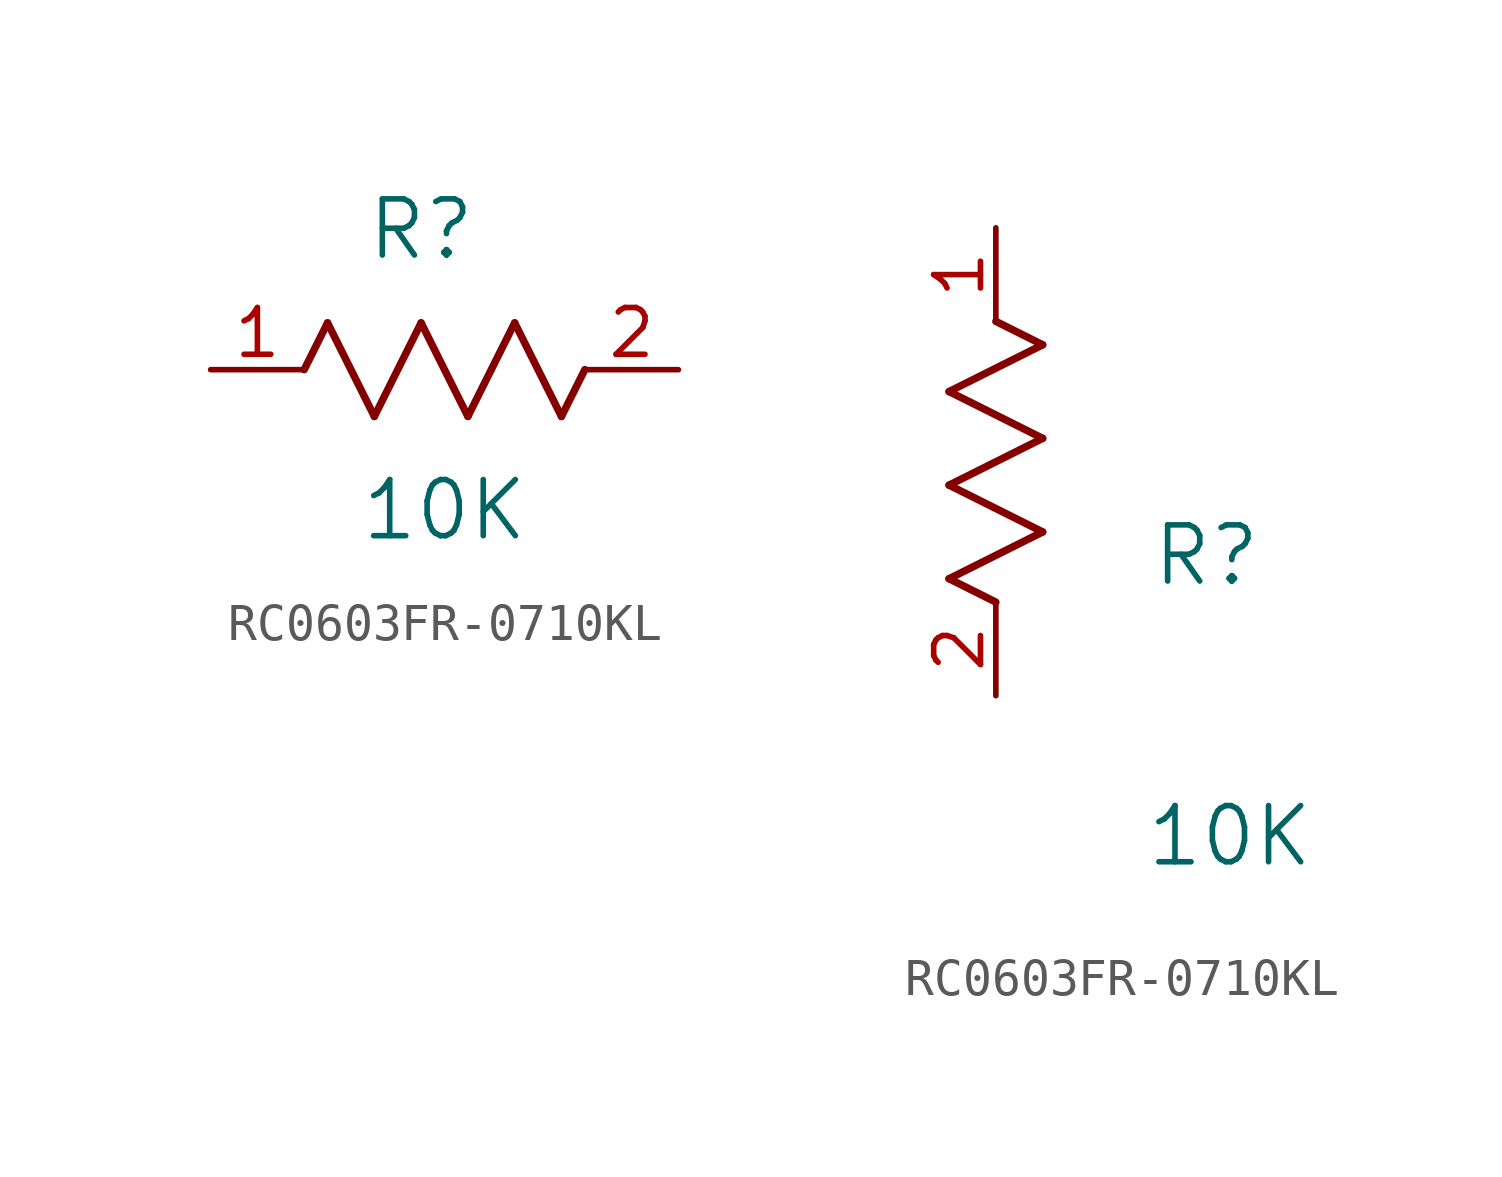
<source format=kicad_sym>
(kicad_symbol_lib
  (version 20231120)
  (generator "kicad_symbol_editor")
  (generator_version "8.0")
  (symbol "RC0603FR-0710KL"
    (pin_names
      (offset 0.254))
    (property "Reference" "R"
      (at 5.715 3.81 0)
      (effects (font (size 1.524 1.524))))
    (property "Value" "10K"
      (at 6.35 -3.81 0)
      (effects (font (size 1.524 1.524))))
    (symbol "RC0603FR-0710KL_1_1"
      (polyline (pts (xy 2.54 0) (xy 3.175 1.27)) (stroke (width 0.203) (type default)) (fill (type none)))
      (polyline (pts (xy 3.175 1.27) (xy 4.445 -1.27)) (stroke (width 0.203) (type default)) (fill (type none)))
      (polyline (pts (xy 4.445 -1.27) (xy 5.715 1.27)) (stroke (width 0.203) (type default)) (fill (type none)))
      (polyline (pts (xy 5.715 1.27) (xy 6.985 -1.27)) (stroke (width 0.203) (type default)) (fill (type none)))
      (polyline (pts (xy 6.985 -1.27) (xy 8.255 1.27)) (stroke (width 0.203) (type default)) (fill (type none)))
      (polyline (pts (xy 8.255 1.27) (xy 9.525 -1.27)) (stroke (width 0.203) (type default)) (fill (type none)))
      (polyline (pts (xy 9.525 -1.27) (xy 10.16 0)) (stroke (width 0.203) (type default)) (fill (type none)))
      (pin unspecified line (at 0 0 0) (length 2.54) (name "" (effects (font (size 1.27 1.27)))) (number "1" (effects (font (size 1.27 1.27)))))
      (pin unspecified line (at 12.7 0 180) (length 2.54) (name "" (effects (font (size 1.27 1.27)))) (number "2" (effects (font (size 1.27 1.27))))))
    (symbol "RC0603FR-0710KL_1_2"
      (polyline (pts (xy -1.27 3.175) (xy 1.27 4.445)) (stroke (width 0.203) (type default)) (fill (type none)))
      (polyline (pts (xy -1.27 5.715) (xy 1.27 6.985)) (stroke (width 0.203) (type default)) (fill (type none)))
      (polyline (pts (xy -1.27 8.255) (xy 1.27 9.525)) (stroke (width 0.203) (type default)) (fill (type none)))
      (polyline (pts (xy 0 2.54) (xy -1.27 3.175)) (stroke (width 0.203) (type default)) (fill (type none)))
      (polyline (pts (xy 1.27 4.445) (xy -1.27 5.715)) (stroke (width 0.203) (type default)) (fill (type none)))
      (polyline (pts (xy 1.27 6.985) (xy -1.27 8.255)) (stroke (width 0.203) (type default)) (fill (type none)))
      (polyline (pts (xy 1.27 9.525) (xy 0 10.16)) (stroke (width 0.203) (type default)) (fill (type none)))
      (pin unspecified line (at 0 12.7 270) (length 2.54) (name "" (effects (font (size 1.27 1.27)))) (number "1" (effects (font (size 1.27 1.27)))))
      (pin unspecified line (at 0 0 90) (length 2.54) (name "" (effects (font (size 1.27 1.27)))) (number "2" (effects (font (size 1.27 1.27))))))))
</source>
